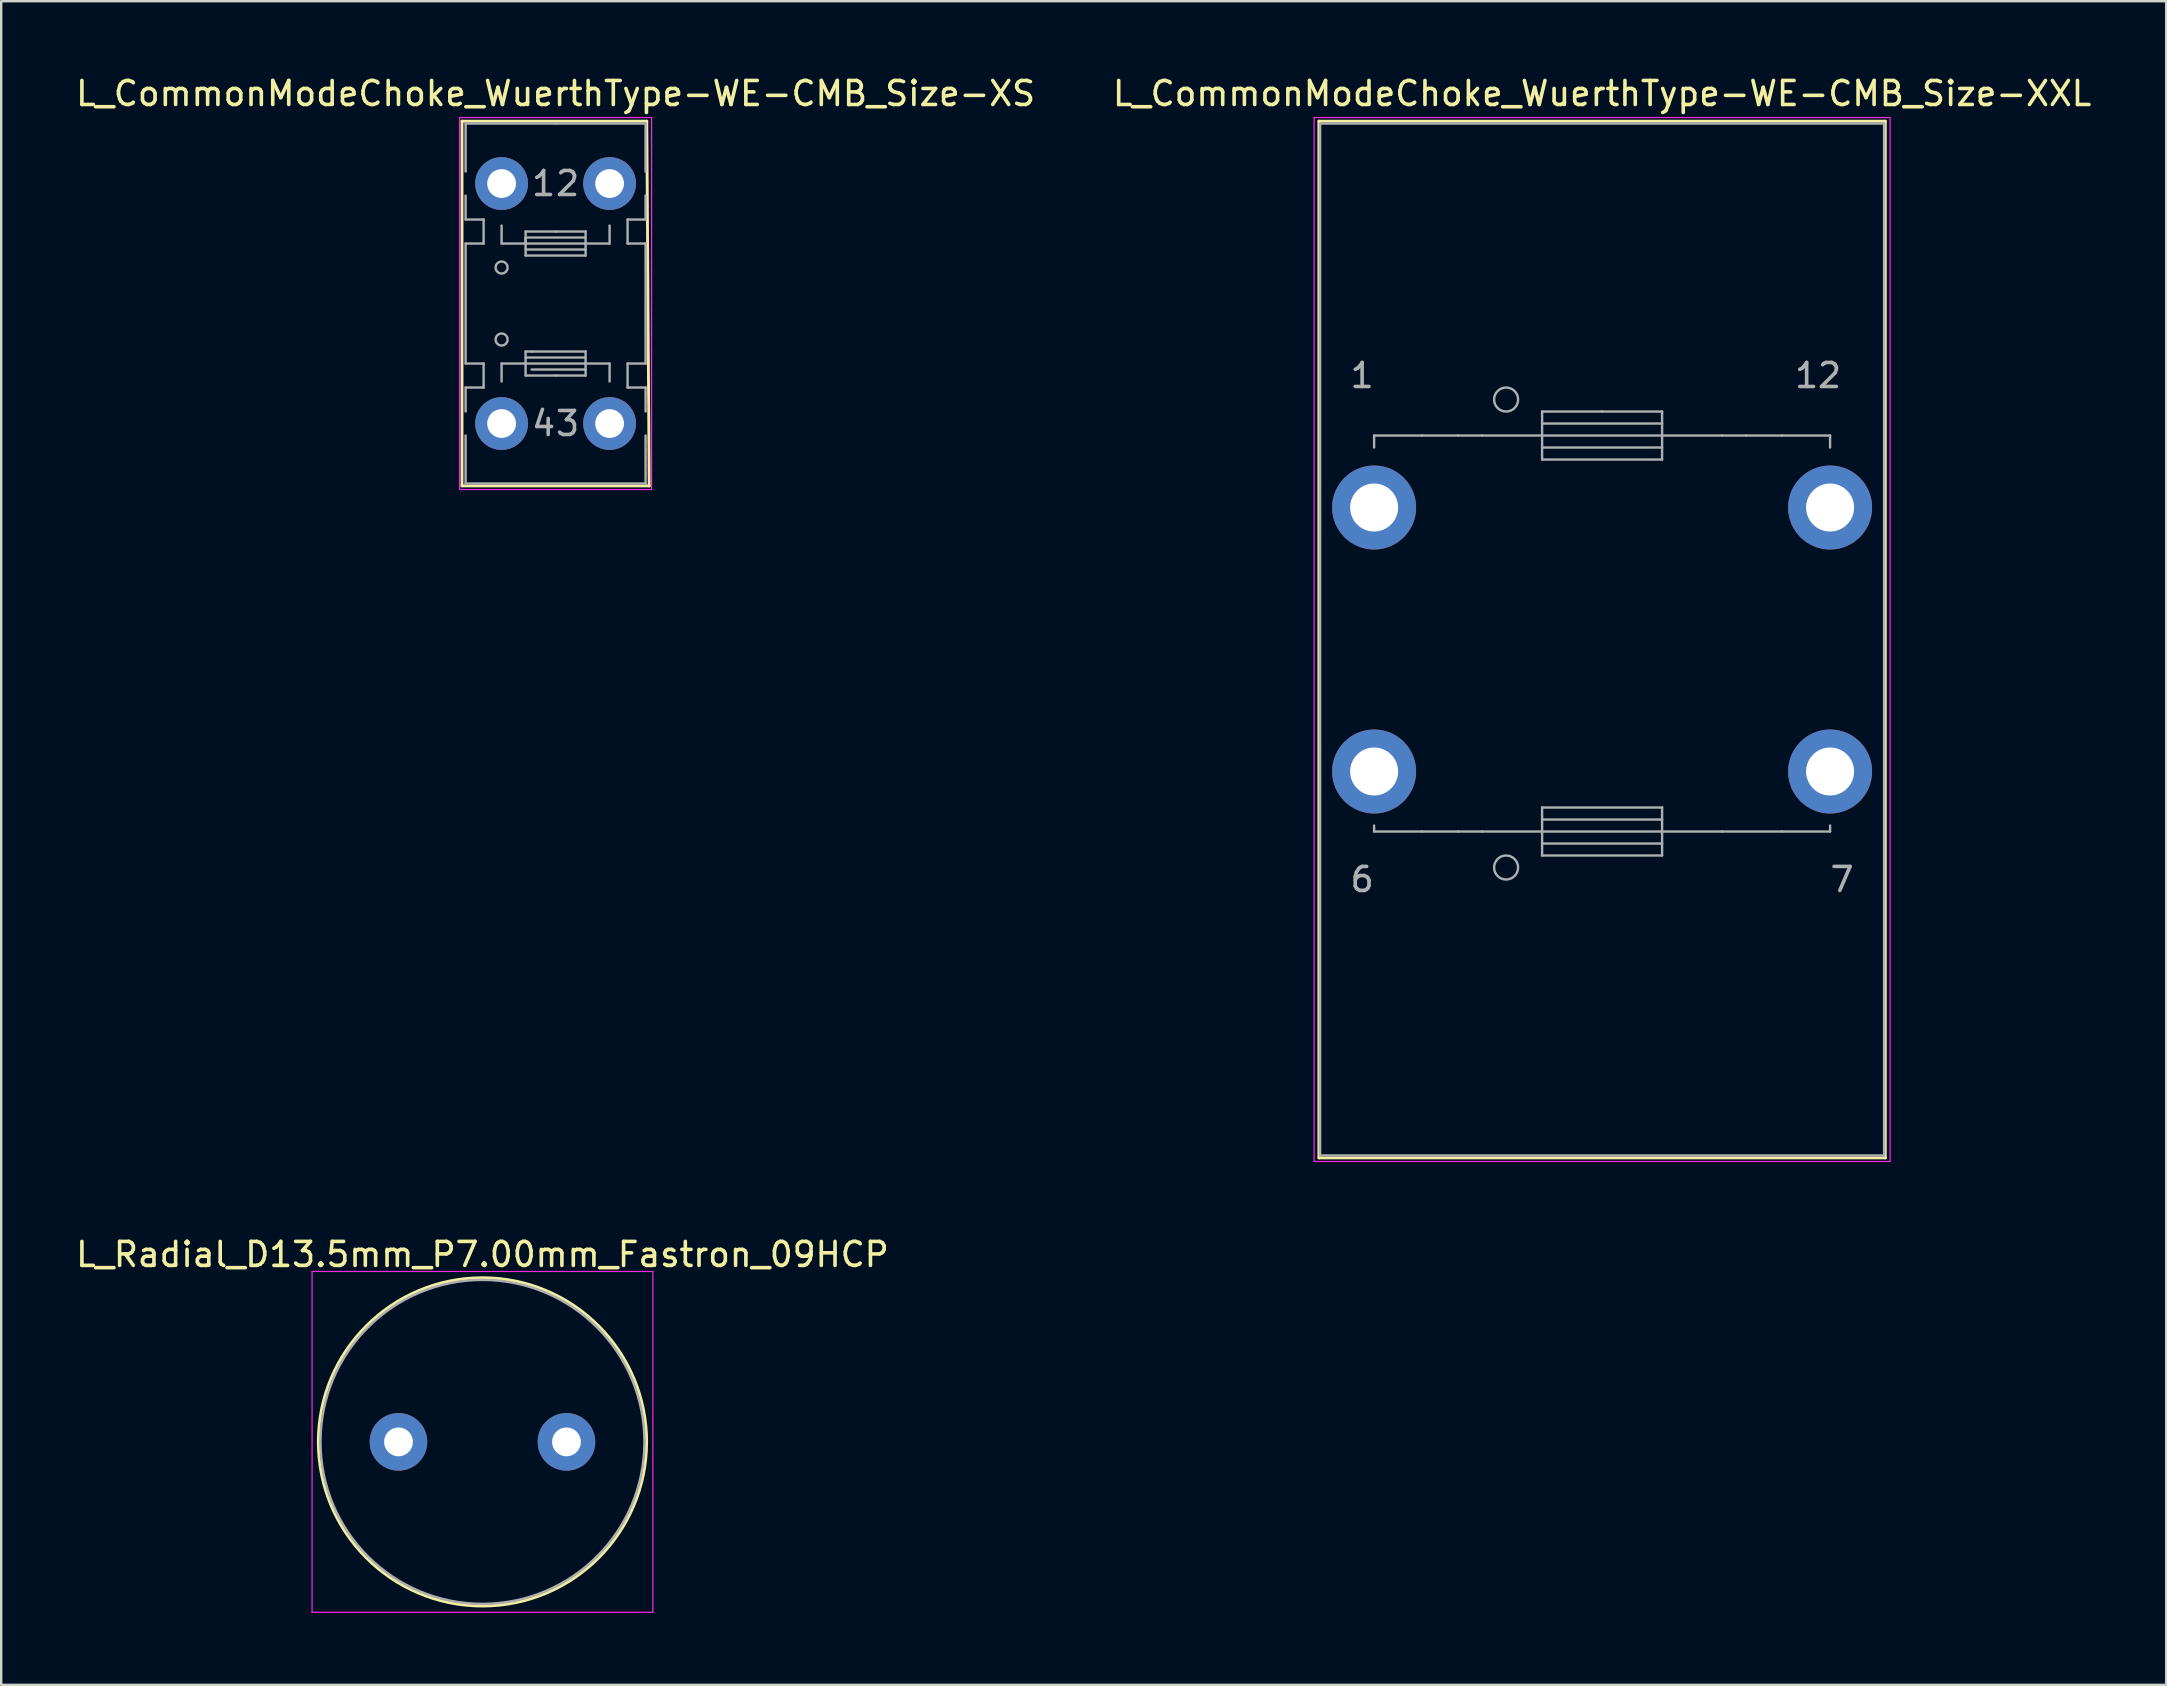
<source format=kicad_pcb>
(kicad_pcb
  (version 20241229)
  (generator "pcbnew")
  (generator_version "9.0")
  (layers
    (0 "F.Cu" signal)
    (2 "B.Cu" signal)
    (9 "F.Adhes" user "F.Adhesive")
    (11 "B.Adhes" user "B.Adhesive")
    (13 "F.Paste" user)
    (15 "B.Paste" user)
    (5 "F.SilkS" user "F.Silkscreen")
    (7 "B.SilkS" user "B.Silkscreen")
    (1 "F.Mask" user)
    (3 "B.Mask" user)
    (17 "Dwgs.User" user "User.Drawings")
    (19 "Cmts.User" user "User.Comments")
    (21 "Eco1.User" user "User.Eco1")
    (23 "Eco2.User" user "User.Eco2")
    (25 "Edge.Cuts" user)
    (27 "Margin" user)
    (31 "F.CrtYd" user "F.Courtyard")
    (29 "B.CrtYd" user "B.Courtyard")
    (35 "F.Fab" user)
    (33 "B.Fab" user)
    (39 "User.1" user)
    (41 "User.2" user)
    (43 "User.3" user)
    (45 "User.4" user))
  (footprint "L_Radial_D13.5mm_P7.00mm_Fastron_09HCP"
    (layer "F.Cu")
    (at 13.554 57.032)
    (property "Reference" "L_Radial_D13.5mm_P7.00mm_Fastron_09HCP" (at 3.5 -7.81 0) (layer "F.SilkS") (effects (font (size 1 1) (thickness 0.15))))
    (attr through_hole)
    (fp_circle (center 3.5 0) (end 10.34 0) (stroke (width 0.12) (type solid)) (fill no) (layer "F.SilkS"))
    (fp_line (start -3.6 -7.1) (end -3.6 7.1) (stroke (width 0.05) (type solid)) (layer "F.CrtYd"))
    (fp_line (start -3.6 7.1) (end 10.6 7.1) (stroke (width 0.05) (type solid)) (layer "F.CrtYd"))
    (fp_line (start 10.6 -7.1) (end -3.6 -7.1) (stroke (width 0.05) (type solid)) (layer "F.CrtYd"))
    (fp_line (start 10.6 7.1) (end 10.6 -7.1) (stroke (width 0.05) (type solid)) (layer "F.CrtYd"))
    (fp_circle (center 3.5 0) (end 10.25 0) (stroke (width 0.1) (type solid)) (fill no) (layer "F.Fab"))
    (pad "1" thru_hole circle (at 0 0) (size 2.4 2.4) (drill 1.2) (layers "*.Cu" "*.Mask"))
    (pad "2" thru_hole circle (at 7 0) (size 2.4 2.4) (drill 1.2) (layers "*.Cu" "*.Mask")))
  (footprint "L_CommonModeChoke_WuerthType-WE-CMB_Size-XXL"
    (layer "F.Cu")
    (at 54.208 18.098)
    (property "Reference" "L_CommonModeChoke_WuerthType-WE-CMB_Size-XXL" (at 9.5 -17.25 0) (layer "F.SilkS") (effects (font (size 1 1) (thickness 0.15))))
    (attr through_hole)
    (fp_line (start -2.3 -16.1) (end 21.3 -16.1) (stroke (width 0.12) (type solid)) (layer "F.SilkS"))
    (fp_line (start -2.3 27.1) (end -2.3 -16.1) (stroke (width 0.12) (type solid)) (layer "F.SilkS"))
    (fp_line (start 21.3 -16.1) (end 21.3 27.1) (stroke (width 0.12) (type solid)) (layer "F.SilkS"))
    (fp_line (start 21.3 27.1) (end -2.3 27.1) (stroke (width 0.12) (type solid)) (layer "F.SilkS"))
    (fp_line (start -2.5 -16.25) (end 21.5 -16.25) (stroke (width 0.05) (type solid)) (layer "F.CrtYd"))
    (fp_line (start -2.5 27.25) (end -2.5 -16.25) (stroke (width 0.05) (type solid)) (layer "F.CrtYd"))
    (fp_line (start 21.5 -16.25) (end 21.5 27.25) (stroke (width 0.05) (type solid)) (layer "F.CrtYd"))
    (fp_line (start 21.5 27.25) (end -2.5 27.25) (stroke (width 0.05) (type solid)) (layer "F.CrtYd"))
    (fp_line (start -2.25 -16) (end -2.25 27) (stroke (width 0.1) (type solid)) (layer "F.Fab"))
    (fp_line (start -2.25 27) (end 21.25 27) (stroke (width 0.1) (type solid)) (layer "F.Fab"))
    (fp_line (start 0 -3) (end 0 -2.5) (stroke (width 0.1) (type solid)) (layer "F.Fab"))
    (fp_line (start 0 13.5) (end 0 13.25) (stroke (width 0.1) (type solid)) (layer "F.Fab"))
    (fp_line (start 2 -3) (end 0 -3) (stroke (width 0.1) (type solid)) (layer "F.Fab"))
    (fp_line (start 2 13.5) (end 0 13.5) (stroke (width 0.1) (type solid)) (layer "F.Fab"))
    (fp_line (start 3.5 -3) (end 2 -3) (stroke (width 0.1) (type solid)) (layer "F.Fab"))
    (fp_line (start 3.5 13.5) (end 2 13.5) (stroke (width 0.1) (type solid)) (layer "F.Fab"))
    (fp_line (start 4.5 -3) (end 3.5 -3) (stroke (width 0.1) (type solid)) (layer "F.Fab"))
    (fp_line (start 4.5 13.5) (end 3.5 13.5) (stroke (width 0.1) (type solid)) (layer "F.Fab"))
    (fp_line (start 4.5 13.5) (end 7 13.5) (stroke (width 0.1) (type solid)) (layer "F.Fab"))
    (fp_line (start 7 -4) (end 9.5 -4) (stroke (width 0.1) (type solid)) (layer "F.Fab"))
    (fp_line (start 7 -3) (end 4.5 -3) (stroke (width 0.1) (type solid)) (layer "F.Fab"))
    (fp_line (start 7 -3) (end 12 -3) (stroke (width 0.1) (type solid)) (layer "F.Fab"))
    (fp_line (start 7 -2.5) (end 12 -2.5) (stroke (width 0.1) (type solid)) (layer "F.Fab"))
    (fp_line (start 7 -2) (end 7 -4) (stroke (width 0.1) (type solid)) (layer "F.Fab"))
    (fp_line (start 7 12.5) (end 12 12.5) (stroke (width 0.1) (type solid)) (layer "F.Fab"))
    (fp_line (start 7 14) (end 12 14) (stroke (width 0.1) (type solid)) (layer "F.Fab"))
    (fp_line (start 7 14.5) (end 7 12.5) (stroke (width 0.1) (type solid)) (layer "F.Fab"))
    (fp_line (start 9.5 -4) (end 12 -4) (stroke (width 0.1) (type solid)) (layer "F.Fab"))
    (fp_line (start 12 -4) (end 12 -2) (stroke (width 0.1) (type solid)) (layer "F.Fab"))
    (fp_line (start 12 -3.5) (end 7 -3.5) (stroke (width 0.1) (type solid)) (layer "F.Fab"))
    (fp_line (start 12 -3) (end 14.5 -3) (stroke (width 0.1) (type solid)) (layer "F.Fab"))
    (fp_line (start 12 -2) (end 7 -2) (stroke (width 0.1) (type solid)) (layer "F.Fab"))
    (fp_line (start 12 12.5) (end 12 14.5) (stroke (width 0.1) (type solid)) (layer "F.Fab"))
    (fp_line (start 12 13) (end 7 13) (stroke (width 0.1) (type solid)) (layer "F.Fab"))
    (fp_line (start 12 13.5) (end 7 13.5) (stroke (width 0.1) (type solid)) (layer "F.Fab"))
    (fp_line (start 12 14.5) (end 7 14.5) (stroke (width 0.1) (type solid)) (layer "F.Fab"))
    (fp_line (start 14.5 -3) (end 15.5 -3) (stroke (width 0.1) (type solid)) (layer "F.Fab"))
    (fp_line (start 14.5 13.5) (end 12 13.5) (stroke (width 0.1) (type solid)) (layer "F.Fab"))
    (fp_line (start 14.5 13.5) (end 17 13.5) (stroke (width 0.1) (type solid)) (layer "F.Fab"))
    (fp_line (start 15.5 -3) (end 17 -3) (stroke (width 0.1) (type solid)) (layer "F.Fab"))
    (fp_line (start 17 -3) (end 19 -3) (stroke (width 0.1) (type solid)) (layer "F.Fab"))
    (fp_line (start 17 13.5) (end 19 13.5) (stroke (width 0.1) (type solid)) (layer "F.Fab"))
    (fp_line (start 19 -3) (end 19 -2.5) (stroke (width 0.1) (type solid)) (layer "F.Fab"))
    (fp_line (start 19 13.5) (end 19 13.25) (stroke (width 0.1) (type solid)) (layer "F.Fab"))
    (fp_line (start 21.25 -16) (end -2.25 -16) (stroke (width 0.1) (type solid)) (layer "F.Fab"))
    (fp_line (start 21.25 27) (end 21.25 -16) (stroke (width 0.1) (type solid)) (layer "F.Fab"))
    (fp_circle (center 5.5 -4.5) (end 6 -4.5) (stroke (width 0.1) (type solid)) (fill no) (layer "F.Fab"))
    (fp_circle (center 5.5 15) (end 6 15) (stroke (width 0.1) (type solid)) (fill no) (layer "F.Fab"))
    (fp_text user "6" (at -0.5 15.5 0) (layer "F.Fab") (effects (font (size 1 1) (thickness 0.15))))
    (fp_text user "12" (at 18.5 -5.5 0) (layer "F.Fab") (effects (font (size 1 1) (thickness 0.15))))
    (fp_text user "1" (at -0.5 -5.5 0) (layer "F.Fab") (effects (font (size 1 1) (thickness 0.15))))
    (fp_text user "7" (at 19.5 15.5 0) (layer "F.Fab") (effects (font (size 1 1) (thickness 0.15))))
    (pad "1" thru_hole circle (at 0 0) (size 3.5 3.5) (drill 2) (layers "*.Cu" "*.Mask"))
    (pad "6" thru_hole circle (at 0 11) (size 3.5 3.5) (drill 2) (layers "*.Cu" "*.Mask"))
    (pad "7" thru_hole circle (at 19 11) (size 3.5 3.5) (drill 2) (layers "*.Cu" "*.Mask"))
    (pad "12" thru_hole circle (at 19 0) (size 3.5 3.5) (drill 2) (layers "*.Cu" "*.Mask")))
  (footprint "L_CommonModeChoke_WuerthType-WE-CMB_Size-XS"
    (layer "F.Cu")
    (at 17.851 4.598)
    (property "Reference" "L_CommonModeChoke_WuerthType-WE-CMB_Size-XS" (at 2.25 -3.75 0) (layer "F.SilkS") (effects (font (size 1 1) (thickness 0.15))))
    (attr through_hole)
    (fp_line (start -1.65 -2.6) (end -1.65 12.6) (stroke (width 0.12) (type solid)) (layer "F.SilkS"))
    (fp_line (start -1.65 12.6) (end 6.15 12.6) (stroke (width 0.12) (type solid)) (layer "F.SilkS"))
    (fp_line (start 6.05 -2.6) (end -1.65 -2.6) (stroke (width 0.12) (type solid)) (layer "F.SilkS"))
    (fp_line (start 6.15 12.6) (end 6.05 -2.6) (stroke (width 0.12) (type solid)) (layer "F.SilkS"))
    (fp_line (start -1.75 -2.75) (end -1.75 12.75) (stroke (width 0.05) (type solid)) (layer "F.CrtYd"))
    (fp_line (start -1.75 12.75) (end 6.25 12.75) (stroke (width 0.05) (type solid)) (layer "F.CrtYd"))
    (fp_line (start 6.25 -2.75) (end -1.75 -2.75) (stroke (width 0.05) (type solid)) (layer "F.CrtYd"))
    (fp_line (start 6.25 12.75) (end 6.25 -2.75) (stroke (width 0.05) (type solid)) (layer "F.CrtYd"))
    (fp_line (start -1.5 -2.5) (end 2.25 -2.5) (stroke (width 0.1) (type solid)) (layer "F.Fab"))
    (fp_line (start -1.5 -0.5) (end -1.5 -2.5) (stroke (width 0.1) (type solid)) (layer "F.Fab"))
    (fp_line (start -1.5 1.5) (end -1.5 0.5) (stroke (width 0.1) (type solid)) (layer "F.Fab"))
    (fp_line (start -1.5 2.5) (end -0.75 2.5) (stroke (width 0.1) (type solid)) (layer "F.Fab"))
    (fp_line (start -1.5 7.5) (end -1.5 2.5) (stroke (width 0.1) (type solid)) (layer "F.Fab"))
    (fp_line (start -1.5 8.5) (end -0.75 8.5) (stroke (width 0.1) (type solid)) (layer "F.Fab"))
    (fp_line (start -1.5 9.5) (end -1.5 8.5) (stroke (width 0.1) (type solid)) (layer "F.Fab"))
    (fp_line (start -1.5 12.5) (end -1.5 10.5) (stroke (width 0.1) (type solid)) (layer "F.Fab"))
    (fp_line (start -0.75 1.5) (end -1.5 1.5) (stroke (width 0.1) (type solid)) (layer "F.Fab"))
    (fp_line (start -0.75 2.5) (end -0.75 1.5) (stroke (width 0.1) (type solid)) (layer "F.Fab"))
    (fp_line (start -0.75 7.5) (end -1.5 7.5) (stroke (width 0.1) (type solid)) (layer "F.Fab"))
    (fp_line (start -0.75 8.5) (end -0.75 7.5) (stroke (width 0.1) (type solid)) (layer "F.Fab"))
    (fp_line (start 0 2.5) (end 0 1.75) (stroke (width 0.1) (type solid)) (layer "F.Fab"))
    (fp_line (start 0 7.5) (end 0 8.25) (stroke (width 0.1) (type solid)) (layer "F.Fab"))
    (fp_line (start 1 2) (end 2.25 2) (stroke (width 0.1) (type solid)) (layer "F.Fab"))
    (fp_line (start 1 2.25) (end 1 2.5) (stroke (width 0.1) (type solid)) (layer "F.Fab"))
    (fp_line (start 1 2.5) (end 0 2.5) (stroke (width 0.1) (type solid)) (layer "F.Fab"))
    (fp_line (start 1 2.75) (end 3.5 2.75) (stroke (width 0.1) (type solid)) (layer "F.Fab"))
    (fp_line (start 1 3) (end 1 2) (stroke (width 0.1) (type solid)) (layer "F.Fab"))
    (fp_line (start 1 7) (end 1 8) (stroke (width 0.1) (type solid)) (layer "F.Fab"))
    (fp_line (start 1 7.5) (end 0 7.5) (stroke (width 0.1) (type solid)) (layer "F.Fab"))
    (fp_line (start 1 8) (end 2.25 8) (stroke (width 0.1) (type solid)) (layer "F.Fab"))
    (fp_line (start 1.25 7) (end 1 7) (stroke (width 0.1) (type solid)) (layer "F.Fab"))
    (fp_line (start 2.25 -2.5) (end 6 -2.5) (stroke (width 0.1) (type solid)) (layer "F.Fab"))
    (fp_line (start 2.25 2) (end 3.5 2) (stroke (width 0.1) (type solid)) (layer "F.Fab"))
    (fp_line (start 2.25 8) (end 3.5 8) (stroke (width 0.1) (type solid)) (layer "F.Fab"))
    (fp_line (start 3.5 2) (end 3.5 3) (stroke (width 0.1) (type solid)) (layer "F.Fab"))
    (fp_line (start 3.5 2.25) (end 1 2.25) (stroke (width 0.1) (type solid)) (layer "F.Fab"))
    (fp_line (start 3.5 2.5) (end 1 2.5) (stroke (width 0.1) (type solid)) (layer "F.Fab"))
    (fp_line (start 3.5 2.5) (end 4.5 2.5) (stroke (width 0.1) (type solid)) (layer "F.Fab"))
    (fp_line (start 3.5 3) (end 1 3) (stroke (width 0.1) (type solid)) (layer "F.Fab"))
    (fp_line (start 3.5 7) (end 1.25 7) (stroke (width 0.1) (type solid)) (layer "F.Fab"))
    (fp_line (start 3.5 7.25) (end 1 7.25) (stroke (width 0.1) (type solid)) (layer "F.Fab"))
    (fp_line (start 3.5 7.5) (end 1 7.5) (stroke (width 0.1) (type solid)) (layer "F.Fab"))
    (fp_line (start 3.5 7.5) (end 4.5 7.5) (stroke (width 0.1) (type solid)) (layer "F.Fab"))
    (fp_line (start 3.5 7.75) (end 1.25 7.75) (stroke (width 0.1) (type solid)) (layer "F.Fab"))
    (fp_line (start 3.5 8) (end 3.5 7) (stroke (width 0.1) (type solid)) (layer "F.Fab"))
    (fp_line (start 4.5 2.5) (end 4.5 1.75) (stroke (width 0.1) (type solid)) (layer "F.Fab"))
    (fp_line (start 4.5 7.5) (end 4.5 8.25) (stroke (width 0.1) (type solid)) (layer "F.Fab"))
    (fp_line (start 5.25 1.5) (end 5.25 2.5) (stroke (width 0.1) (type solid)) (layer "F.Fab"))
    (fp_line (start 5.25 2.5) (end 6 2.5) (stroke (width 0.1) (type solid)) (layer "F.Fab"))
    (fp_line (start 5.25 7.5) (end 5.25 8.5) (stroke (width 0.1) (type solid)) (layer "F.Fab"))
    (fp_line (start 5.25 8.5) (end 6 8.5) (stroke (width 0.1) (type solid)) (layer "F.Fab"))
    (fp_line (start 6 -2.5) (end 6 -0.5) (stroke (width 0.1) (type solid)) (layer "F.Fab"))
    (fp_line (start 6 0.5) (end 6 1.5) (stroke (width 0.1) (type solid)) (layer "F.Fab"))
    (fp_line (start 6 1.5) (end 5.25 1.5) (stroke (width 0.1) (type solid)) (layer "F.Fab"))
    (fp_line (start 6 2.5) (end 6 7.5) (stroke (width 0.1) (type solid)) (layer "F.Fab"))
    (fp_line (start 6 7.5) (end 5.25 7.5) (stroke (width 0.1) (type solid)) (layer "F.Fab"))
    (fp_line (start 6 8.5) (end 6 9.5) (stroke (width 0.1) (type solid)) (layer "F.Fab"))
    (fp_line (start 6 10.5) (end 6 12.5) (stroke (width 0.1) (type solid)) (layer "F.Fab"))
    (fp_line (start 6 12.5) (end -1.5 12.5) (stroke (width 0.1) (type solid)) (layer "F.Fab"))
    (fp_circle (center 0 3.5) (end 0.25 3.5) (stroke (width 0.1) (type solid)) (fill no) (layer "F.Fab"))
    (fp_circle (center 0 6.5) (end 0 6.25) (stroke (width 0.1) (type solid)) (fill no) (layer "F.Fab"))
    (fp_text user "2" (at 2.75 0 0) (layer "F.Fab") (effects (font (size 1 1) (thickness 0.15))))
    (fp_text user "3" (at 2.75 10 0) (layer "F.Fab") (effects (font (size 1 1) (thickness 0.15))))
    (fp_text user "4" (at 1.75 10 0) (layer "F.Fab") (effects (font (size 1 1) (thickness 0.15))))
    (fp_text user "1" (at 1.75 0 0) (layer "F.Fab") (effects (font (size 1 1) (thickness 0.15))))
    (pad "1" thru_hole circle (at 0 0) (size 2.2 2.2) (drill 1.2) (layers "*.Cu" "*.Mask"))
    (pad "2" thru_hole circle (at 4.5 0) (size 2.2 2.2) (drill 1.2) (layers "*.Cu" "*.Mask"))
    (pad "3" thru_hole circle (at 4.5 10) (size 2.2 2.2) (drill 1.2) (layers "*.Cu" "*.Mask"))
    (pad "4" thru_hole circle (at 0 10) (size 2.2 2.2) (drill 1.2) (layers "*.Cu" "*.Mask")))
  (gr_rect
    (start -3 -3)
    (end 87.214 67.156)
    (stroke (width 0.1) (type default))
    (fill no)
    (layer "Edge.Cuts")))
</source>
